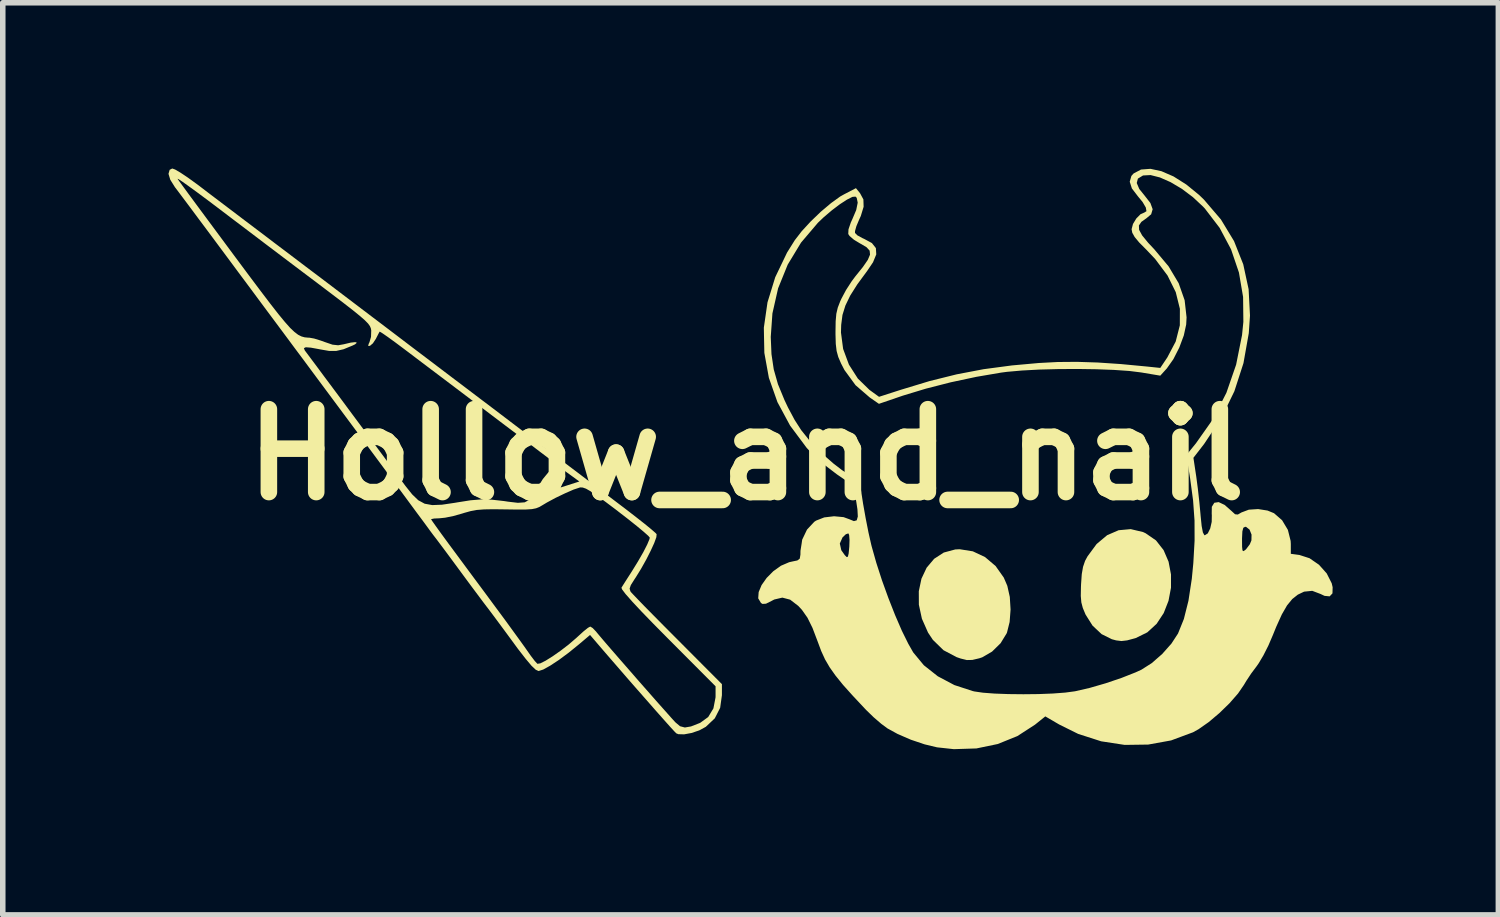
<source format=kicad_pcb>
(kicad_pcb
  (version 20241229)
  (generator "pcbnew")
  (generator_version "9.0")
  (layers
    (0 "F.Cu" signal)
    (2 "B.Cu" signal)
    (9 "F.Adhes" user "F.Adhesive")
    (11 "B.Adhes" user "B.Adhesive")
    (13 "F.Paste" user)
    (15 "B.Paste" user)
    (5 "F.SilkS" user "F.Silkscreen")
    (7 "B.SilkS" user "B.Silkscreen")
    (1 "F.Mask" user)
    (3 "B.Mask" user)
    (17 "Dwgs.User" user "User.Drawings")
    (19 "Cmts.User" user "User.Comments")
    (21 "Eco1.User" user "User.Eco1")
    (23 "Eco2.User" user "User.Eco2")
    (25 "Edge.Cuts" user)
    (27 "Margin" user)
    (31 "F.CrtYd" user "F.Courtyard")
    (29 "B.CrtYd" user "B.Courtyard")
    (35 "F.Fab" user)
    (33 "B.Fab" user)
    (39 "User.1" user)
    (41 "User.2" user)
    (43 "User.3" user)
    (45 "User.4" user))
  (footprint "Hollow_and_nail"
    (layer "F.Cu")
    (at 10.46 5.179)
    (property "Reference" "Hollow_and_nail" (at 0 0 0) (layer "F.SilkS") (effects (font (size 1.5 1.5) (thickness 0.3))))
    (attr board_only exclude_from_pos_files exclude_from_bom)
    (fp_poly (pts (xy 4.1 1.751) (xy 4.321 1.855) (xy 4.512 2.017) (xy 4.66 2.226) (xy 4.724 2.375) (xy 4.769 2.576) (xy 4.783 2.805) (xy 4.766 3.03) (xy 4.719 3.218) (xy 4.712 3.236) (xy 4.602 3.415) (xy 4.448 3.566) (xy 4.271 3.669) (xy 4.218 3.687) (xy 4.09 3.717) (xy 3.991 3.719) (xy 3.881 3.692) (xy 3.808 3.667) (xy 3.569 3.541) (xy 3.377 3.354) (xy 3.289 3.222) (xy 3.178 2.971) (xy 3.123 2.717) (xy 3.122 2.473) (xy 3.17 2.246) (xy 3.264 2.047) (xy 3.4 1.886) (xy 3.574 1.773) (xy 3.782 1.717) (xy 3.862 1.713)) (stroke (width 0) (type solid)) (fill yes) (layer "F.SilkS"))
    (fp_poly (pts (xy 7.181 1.402) (xy 7.228 1.424) (xy 7.415 1.553) (xy 7.553 1.729) (xy 7.643 1.938) (xy 7.687 2.169) (xy 7.687 2.41) (xy 7.642 2.647) (xy 7.555 2.869) (xy 7.427 3.063) (xy 7.258 3.218) (xy 7.051 3.32) (xy 7.035 3.325) (xy 6.893 3.363) (xy 6.79 3.375) (xy 6.693 3.363) (xy 6.616 3.342) (xy 6.431 3.25) (xy 6.267 3.096) (xy 6.142 2.898) (xy 6.139 2.892) (xy 6.091 2.777) (xy 6.064 2.675) (xy 6.054 2.559) (xy 6.057 2.4) (xy 6.059 2.347) (xy 6.072 2.163) (xy 6.095 2.031) (xy 6.132 1.923) (xy 6.176 1.842) (xy 6.341 1.618) (xy 6.531 1.459) (xy 6.739 1.369) (xy 6.958 1.349)) (stroke (width 0) (type solid)) (fill yes) (layer "F.SilkS"))
    (fp_poly (pts (xy -10.341 -5.161) (xy -10.242 -5.103) (xy -10.109 -5.014) (xy -9.954 -4.902) (xy -9.899 -4.861) (xy -9.754 -4.75) (xy -9.56 -4.603) (xy -9.33 -4.429) (xy -9.077 -4.237) (xy -8.812 -4.037) (xy -8.55 -3.838) (xy -8.518 -3.814) (xy -8.248 -3.61) (xy -7.967 -3.397) (xy -7.688 -3.187) (xy -7.427 -2.989) (xy -7.199 -2.816) (xy -7.017 -2.678) (xy -7.013 -2.675) (xy -6.645 -2.396) (xy -6.326 -2.154) (xy -6.046 -1.941) (xy -5.792 -1.749) (xy -5.552 -1.567) (xy -5.316 -1.388) (xy -5.071 -1.203) (xy -4.806 -1.002) (xy -4.726 -0.942) (xy -4.465 -0.744) (xy -4.182 -0.529) (xy -3.896 -0.313) (xy -3.626 -0.108) (xy -3.391 0.07) (xy -3.305 0.136) (xy -3.069 0.314) (xy -2.81 0.511) (xy -2.549 0.709) (xy -2.311 0.89) (xy -2.171 0.996) (xy -1.998 1.13) (xy -1.845 1.25) (xy -1.725 1.348) (xy -1.648 1.415) (xy -1.624 1.44) (xy -1.629 1.495) (xy -1.667 1.6) (xy -1.731 1.74) (xy -1.812 1.9) (xy -1.905 2.066) (xy -2 2.22) (xy -2.026 2.259) (xy -2.091 2.362) (xy -2.113 2.426) (xy -2.099 2.474) (xy -2.088 2.49) (xy -2.048 2.533) (xy -1.962 2.623) (xy -1.836 2.753) (xy -1.677 2.914) (xy -1.493 3.1) (xy -1.291 3.303) (xy -1.239 3.355) (xy -0.442 4.155) (xy -0.442 4.355) (xy -0.474 4.584) (xy -0.571 4.774) (xy -0.734 4.928) (xy -0.852 4.992) (xy -0.991 5.039) (xy -1.126 5.064) (xy -1.231 5.061) (xy -1.269 5.045) (xy -1.305 5.008) (xy -1.384 4.922) (xy -1.498 4.794) (xy -1.64 4.634) (xy -1.802 4.449) (xy -1.978 4.249) (xy -2.159 4.042) (xy -2.338 3.835) (xy -2.508 3.639) (xy -2.59 3.544) (xy -2.829 3.265) (xy -3.029 3.434) (xy -3.215 3.585) (xy -3.393 3.717) (xy -3.551 3.821) (xy -3.677 3.891) (xy -3.759 3.917) (xy -3.763 3.917) (xy -3.813 3.894) (xy -3.889 3.822) (xy -3.995 3.696) (xy -4.137 3.513) (xy -4.208 3.416) (xy -4.343 3.232) (xy -4.473 3.056) (xy -4.586 2.904) (xy -4.67 2.792) (xy -4.698 2.756) (xy -4.764 2.669) (xy -4.864 2.535) (xy -4.988 2.369) (xy -5.124 2.185) (xy -5.205 2.075) (xy -5.334 1.9) (xy -5.448 1.746) (xy -5.54 1.623) (xy -5.6 1.543) (xy -5.619 1.518) (xy -5.661 1.464) (xy -5.726 1.377) (xy -5.749 1.345) (xy -5.836 1.226) (xy -5.876 1.172) (xy -5.706 1.172) (xy -5.684 1.206) (xy -5.621 1.295) (xy -5.523 1.431) (xy -5.395 1.606) (xy -5.241 1.814) (xy -5.068 2.048) (xy -4.925 2.241) (xy -4.731 2.502) (xy -4.546 2.753) (xy -4.374 2.985) (xy -4.225 3.19) (xy -4.103 3.358) (xy -4.016 3.479) (xy -3.983 3.526) (xy -3.9 3.644) (xy -3.829 3.737) (xy -3.784 3.785) (xy -3.782 3.787) (xy -3.73 3.779) (xy -3.634 3.731) (xy -3.506 3.651) (xy -3.362 3.55) (xy -3.215 3.437) (xy -3.079 3.32) (xy -3.043 3.287) (xy -2.945 3.198) (xy -2.866 3.135) (xy -2.825 3.113) (xy -2.781 3.14) (xy -2.717 3.207) (xy -2.709 3.218) (xy -2.656 3.281) (xy -2.562 3.392) (xy -2.435 3.539) (xy -2.283 3.714) (xy -2.116 3.905) (xy -1.943 4.104) (xy -1.772 4.298) (xy -1.613 4.479) (xy -1.473 4.636) (xy -1.363 4.76) (xy -1.291 4.839) (xy -1.279 4.851) (xy -1.2 4.917) (xy -1.113 4.94) (xy -1.002 4.921) (xy -0.846 4.86) (xy -0.833 4.854) (xy -0.69 4.75) (xy -0.596 4.594) (xy -0.558 4.398) (xy -0.557 4.374) (xy -0.557 4.194) (xy -1.423 3.325) (xy -1.686 3.059) (xy -1.902 2.836) (xy -2.069 2.657) (xy -2.186 2.524) (xy -2.249 2.441) (xy -2.261 2.41) (xy -2.228 2.357) (xy -2.165 2.258) (xy -2.086 2.135) (xy -2.072 2.113) (xy -1.961 1.933) (xy -1.865 1.766) (xy -1.794 1.627) (xy -1.754 1.531) (xy -1.748 1.502) (xy -1.778 1.468) (xy -1.859 1.396) (xy -1.983 1.293) (xy -2.14 1.168) (xy -2.321 1.028) (xy -2.333 1.018) (xy -2.543 0.86) (xy -2.701 0.744) (xy -2.818 0.665) (xy -2.902 0.617) (xy -2.962 0.596) (xy -3.007 0.594) (xy -3.015 0.596) (xy -3.129 0.634) (xy -3.282 0.701) (xy -3.451 0.782) (xy -3.609 0.867) (xy -3.681 0.91) (xy -3.744 0.947) (xy -3.806 0.972) (xy -3.881 0.987) (xy -3.987 0.994) (xy -4.138 0.995) (xy -4.349 0.992) (xy -4.354 0.992) (xy -4.579 0.989) (xy -4.747 0.992) (xy -4.878 1.002) (xy -4.991 1.023) (xy -5.106 1.055) (xy -5.144 1.067) (xy -5.3 1.111) (xy -5.451 1.142) (xy -5.557 1.153) (xy -5.651 1.157) (xy -5.703 1.168) (xy -5.706 1.172) (xy -5.876 1.172) (xy -5.964 1.054) (xy -6.126 0.834) (xy -6.318 0.574) (xy -6.535 0.281) (xy -6.77 -0.036) (xy -7.019 -0.372) (xy -7.277 -0.719) (xy -7.537 -1.069) (xy -7.794 -1.415) (xy -8.043 -1.751) (xy -8.185 -1.941) (xy -8.282 -2.072) (xy -8.418 -2.255) (xy -8.584 -2.478) (xy -8.773 -2.732) (xy -8.976 -3.006) (xy -9.186 -3.288) (xy -9.355 -3.516) (xy -9.555 -3.785) (xy -9.745 -4.041) (xy -9.92 -4.275) (xy -10.073 -4.481) (xy -10.199 -4.649) (xy -10.291 -4.772) (xy -10.343 -4.84) (xy -10.427 -4.974) (xy -10.433 -4.993) (xy -10.297 -4.993) (xy -10.268 -4.952) (xy -10.197 -4.855) (xy -10.091 -4.71) (xy -9.953 -4.523) (xy -9.788 -4.3) (xy -9.602 -4.049) (xy -9.399 -3.775) (xy -9.25 -3.574) (xy -8.999 -3.237) (xy -8.788 -2.956) (xy -8.614 -2.727) (xy -8.471 -2.544) (xy -8.354 -2.402) (xy -8.259 -2.295) (xy -8.18 -2.22) (xy -8.113 -2.169) (xy -8.053 -2.139) (xy -7.996 -2.123) (xy -7.936 -2.117) (xy -7.908 -2.116) (xy -7.824 -2.101) (xy -7.704 -2.064) (xy -7.626 -2.036) (xy -7.491 -1.99) (xy -7.389 -1.979) (xy -7.288 -1.997) (xy -7.161 -2.027) (xy -7.079 -2.036) (xy -7.05 -2.025) (xy -7.083 -1.996) (xy -7.128 -1.974) (xy -7.291 -1.907) (xy -7.422 -1.877) (xy -7.555 -1.877) (xy -7.723 -1.906) (xy -7.725 -1.907) (xy -7.883 -1.936) (xy -7.975 -1.943) (xy -8.009 -1.927) (xy -7.993 -1.886) (xy -7.984 -1.874) (xy -7.954 -1.834) (xy -7.884 -1.74) (xy -7.779 -1.6) (xy -7.646 -1.42) (xy -7.489 -1.21) (xy -7.315 -0.976) (xy -7.13 -0.726) (xy -6.938 -0.468) (xy -6.746 -0.209) (xy -6.559 0.043) (xy -6.384 0.28) (xy -6.225 0.494) (xy -6.171 0.567) (xy -6.049 0.72) (xy -5.939 0.826) (xy -5.823 0.889) (xy -5.685 0.914) (xy -5.509 0.907) (xy -5.279 0.873) (xy -5.226 0.864) (xy -4.992 0.827) (xy -4.797 0.811) (xy -4.607 0.816) (xy -4.386 0.841) (xy -4.314 0.852) (xy -4.136 0.873) (xy -4.012 0.864) (xy -3.921 0.815) (xy -3.842 0.715) (xy -3.801 0.641) (xy -3.592 0.641) (xy -3.567 0.653) (xy -3.52 0.642) (xy -3.421 0.613) (xy -3.29 0.573) (xy -3.282 0.57) (xy -3.023 0.487) (xy -3.18 0.372) (xy -3.338 0.258) (xy -3.465 0.398) (xy -3.544 0.499) (xy -3.589 0.585) (xy -3.592 0.641) (xy -3.801 0.641) (xy -3.764 0.572) (xy -3.684 0.443) (xy -3.588 0.326) (xy -3.551 0.291) (xy -3.483 0.221) (xy -3.458 0.168) (xy -3.462 0.157) (xy -3.5 0.128) (xy -3.592 0.057) (xy -3.731 -0.048) (xy -3.911 -0.185) (xy -4.123 -0.346) (xy -4.362 -0.526) (xy -4.62 -0.721) (xy -4.63 -0.729) (xy -4.911 -0.941) (xy -5.191 -1.153) (xy -5.461 -1.357) (xy -5.709 -1.544) (xy -5.926 -1.708) (xy -6.1 -1.84) (xy -6.197 -1.913) (xy -6.352 -2.029) (xy -6.484 -2.125) (xy -6.582 -2.193) (xy -6.633 -2.224) (xy -6.639 -2.225) (xy -6.661 -2.184) (xy -6.702 -2.104) (xy -6.705 -2.097) (xy -6.76 -2.014) (xy -6.813 -1.969) (xy -6.815 -1.968) (xy -6.847 -1.968) (xy -6.833 -2.013) (xy -6.822 -2.034) (xy -6.794 -2.131) (xy -6.79 -2.247) (xy -6.797 -2.286) (xy -6.814 -2.326) (xy -6.848 -2.373) (xy -6.906 -2.432) (xy -6.993 -2.508) (xy -7.117 -2.609) (xy -7.283 -2.738) (xy -7.498 -2.902) (xy -7.762 -3.102) (xy -8.053 -3.321) (xy -8.371 -3.561) (xy -8.699 -3.809) (xy -9.018 -4.051) (xy -9.31 -4.272) (xy -9.527 -4.437) (xy -9.739 -4.597) (xy -9.927 -4.737) (xy -10.085 -4.852) (xy -10.204 -4.937) (xy -10.277 -4.986) (xy -10.297 -4.993) (xy -10.433 -4.993) (xy -10.46 -5.082) (xy -10.439 -5.155) (xy -10.392 -5.179)) (stroke (width 0) (type solid)) (fill yes) (layer "F.SilkS"))
    (fp_poly (pts (xy 7.514 -5.13) (xy 7.733 -5.035) (xy 7.963 -4.89) (xy 8.196 -4.7) (xy 8.284 -4.615) (xy 8.591 -4.256) (xy 8.828 -3.865) (xy 8.995 -3.444) (xy 9.092 -2.994) (xy 9.117 -2.516) (xy 9.095 -2.197) (xy 8.999 -1.656) (xy 8.834 -1.146) (xy 8.597 -0.659) (xy 8.287 -0.193) (xy 8.257 -0.154) (xy 8.093 0.058) (xy 8.145 0.403) (xy 8.173 0.616) (xy 8.2 0.857) (xy 8.221 1.08) (xy 8.223 1.105) (xy 8.242 1.292) (xy 8.264 1.408) (xy 8.29 1.457) (xy 8.3 1.46) (xy 8.353 1.426) (xy 8.397 1.337) (xy 8.424 1.218) (xy 8.426 1.091) (xy 8.424 1.077) (xy 8.426 0.945) (xy 8.471 0.872) (xy 8.55 0.86) (xy 8.658 0.911) (xy 8.784 1.022) (xy 8.847 1.08) (xy 8.897 1.085) (xy 8.963 1.047) (xy 9.096 0.997) (xy 9.264 0.986) (xy 9.435 1.013) (xy 9.552 1.061) (xy 9.698 1.188) (xy 9.803 1.363) (xy 9.853 1.563) (xy 9.856 1.618) (xy 9.856 1.796) (xy 10.012 1.817) (xy 10.195 1.876) (xy 10.366 1.994) (xy 10.506 2.151) (xy 10.596 2.329) (xy 10.613 2.401) (xy 10.61 2.512) (xy 10.559 2.566) (xy 10.466 2.557) (xy 10.394 2.523) (xy 10.244 2.466) (xy 10.096 2.481) (xy 9.983 2.535) (xy 9.882 2.615) (xy 9.787 2.731) (xy 9.693 2.894) (xy 9.593 3.115) (xy 9.529 3.272) (xy 9.45 3.456) (xy 9.36 3.634) (xy 9.273 3.78) (xy 9.238 3.83) (xy 9.14 3.961) (xy 9.05 4.097) (xy 9.007 4.169) (xy 8.9 4.325) (xy 8.746 4.501) (xy 8.563 4.679) (xy 8.37 4.842) (xy 8.186 4.971) (xy 8.085 5.027) (xy 7.689 5.174) (xy 7.274 5.249) (xy 6.849 5.255) (xy 6.423 5.19) (xy 6.007 5.056) (xy 5.664 4.886) (xy 5.412 4.739) (xy 5.225 4.889) (xy 4.907 5.095) (xy 4.551 5.239) (xy 4.165 5.319) (xy 3.756 5.332) (xy 3.452 5.299) (xy 3.227 5.245) (xy 2.978 5.161) (xy 2.738 5.057) (xy 2.554 4.956) (xy 2.442 4.873) (xy 2.305 4.755) (xy 2.171 4.625) (xy 2.149 4.602) (xy 1.926 4.364) (xy 1.75 4.168) (xy 1.614 4) (xy 1.508 3.85) (xy 1.424 3.706) (xy 1.355 3.555) (xy 1.292 3.386) (xy 1.289 3.378) (xy 1.197 3.136) (xy 1.106 2.952) (xy 1.006 2.81) (xy 0.939 2.738) (xy 0.793 2.626) (xy 0.652 2.589) (xy 0.506 2.623) (xy 0.456 2.649) (xy 0.356 2.699) (xy 0.293 2.703) (xy 0.265 2.686) (xy 0.215 2.602) (xy 0.223 2.489) (xy 0.276 2.362) (xy 0.368 2.232) (xy 0.488 2.111) (xy 0.626 2.012) (xy 0.775 1.948) (xy 0.833 1.935) (xy 0.924 1.916) (xy 0.967 1.883) (xy 0.979 1.811) (xy 0.98 1.742) (xy 1.001 1.61) (xy 1.692 1.61) (xy 1.719 1.731) (xy 1.782 1.82) (xy 1.817 1.855) (xy 1.838 1.848) (xy 1.852 1.79) (xy 1.864 1.666) (xy 1.868 1.544) (xy 1.861 1.456) (xy 1.847 1.426) (xy 1.801 1.442) (xy 1.741 1.499) (xy 1.692 1.61) (xy 1.001 1.61) (xy 1.011 1.54) (xy 1.098 1.358) (xy 1.228 1.218) (xy 1.262 1.195) (xy 1.41 1.137) (xy 1.588 1.116) (xy 1.76 1.132) (xy 1.864 1.17) (xy 1.947 1.204) (xy 1.998 1.19) (xy 2.018 1.121) (xy 2.011 0.99) (xy 1.991 0.859) (xy 1.966 0.719) (xy 1.946 0.613) (xy 1.933 0.56) (xy 1.931 0.557) (xy 1.64 0.358) (xy 1.408 0.181) (xy 1.223 0.017) (xy 1.093 -0.121) (xy 0.792 -0.525) (xy 0.563 -0.95) (xy 0.408 -1.39) (xy 0.326 -1.841) (xy 0.32 -2.13) (xy 0.442 -2.13) (xy 0.455 -1.819) (xy 0.496 -1.543) (xy 0.572 -1.275) (xy 0.69 -0.988) (xy 0.754 -0.853) (xy 0.874 -0.628) (xy 0.993 -0.443) (xy 1.134 -0.267) (xy 1.249 -0.142) (xy 1.406 0.012) (xy 1.575 0.16) (xy 1.732 0.281) (xy 1.801 0.326) (xy 1.93 0.407) (xy 2.008 0.468) (xy 2.049 0.527) (xy 2.07 0.603) (xy 2.077 0.653) (xy 2.113 0.887) (xy 2.16 1.151) (xy 2.211 1.41) (xy 2.261 1.631) (xy 2.27 1.666) (xy 2.353 1.96) (xy 2.455 2.275) (xy 2.571 2.596) (xy 2.693 2.906) (xy 2.815 3.188) (xy 2.932 3.425) (xy 3.021 3.581) (xy 3.213 3.813) (xy 3.466 4.013) (xy 3.766 4.172) (xy 4.1 4.281) (xy 4.131 4.288) (xy 4.283 4.31) (xy 4.493 4.326) (xy 4.743 4.335) (xy 5.015 4.338) (xy 5.289 4.335) (xy 5.548 4.325) (xy 5.773 4.308) (xy 5.945 4.285) (xy 5.951 4.284) (xy 6.213 4.224) (xy 6.503 4.14) (xy 6.79 4.043) (xy 7.046 3.942) (xy 7.151 3.894) (xy 7.338 3.775) (xy 7.527 3.61) (xy 7.695 3.421) (xy 7.814 3.239) (xy 7.92 2.976) (xy 8.003 2.646) (xy 8.064 2.246) (xy 8.091 1.966) (xy 8.114 1.561) (xy 8.114 1.543) (xy 8.973 1.543) (xy 8.974 1.671) (xy 8.981 1.735) (xy 9 1.748) (xy 9.036 1.722) (xy 9.046 1.713) (xy 9.114 1.623) (xy 9.143 1.553) (xy 9.145 1.448) (xy 9.109 1.358) (xy 9.047 1.309) (xy 9.029 1.307) (xy 8.996 1.325) (xy 8.979 1.39) (xy 8.973 1.516) (xy 8.973 1.543) (xy 8.114 1.543) (xy 8.113 1.194) (xy 8.087 0.831) (xy 8.034 0.436) (xy 8.025 0.379) (xy 7.965 0.009) (xy 8.139 -0.205) (xy 8.447 -0.642) (xy 8.69 -1.119) (xy 8.866 -1.628) (xy 8.973 -2.163) (xy 8.997 -2.402) (xy 8.992 -2.854) (xy 8.917 -3.295) (xy 8.774 -3.716) (xy 8.567 -4.105) (xy 8.3 -4.454) (xy 8.266 -4.49) (xy 8.083 -4.661) (xy 7.883 -4.811) (xy 7.679 -4.932) (xy 7.486 -5.017) (xy 7.317 -5.06) (xy 7.185 -5.053) (xy 7.178 -5.051) (xy 7.088 -4.996) (xy 7.067 -4.916) (xy 7.113 -4.808) (xy 7.205 -4.694) (xy 7.314 -4.554) (xy 7.355 -4.442) (xy 7.328 -4.35) (xy 7.242 -4.278) (xy 7.151 -4.213) (xy 7.106 -4.147) (xy 7.11 -4.068) (xy 7.165 -3.967) (xy 7.274 -3.834) (xy 7.384 -3.717) (xy 7.643 -3.408) (xy 7.826 -3.102) (xy 7.934 -2.794) (xy 7.969 -2.484) (xy 7.962 -2.354) (xy 7.919 -2.157) (xy 7.837 -1.937) (xy 7.73 -1.727) (xy 7.612 -1.56) (xy 7.603 -1.55) (xy 7.493 -1.429) (xy 7.147 -1.487) (xy 6.931 -1.514) (xy 6.654 -1.533) (xy 6.336 -1.545) (xy 5.993 -1.55) (xy 5.643 -1.548) (xy 5.302 -1.539) (xy 4.988 -1.522) (xy 4.717 -1.498) (xy 4.611 -1.484) (xy 4.166 -1.408) (xy 3.701 -1.309) (xy 3.248 -1.193) (xy 2.836 -1.068) (xy 2.795 -1.054) (xy 2.4 -0.919) (xy 2.234 -1.034) (xy 1.977 -1.256) (xy 1.776 -1.531) (xy 1.714 -1.651) (xy 1.664 -1.767) (xy 1.634 -1.877) (xy 1.619 -2.004) (xy 1.614 -2.177) (xy 1.614 -2.229) (xy 1.617 -2.414) (xy 1.629 -2.549) (xy 1.655 -2.66) (xy 1.699 -2.774) (xy 1.721 -2.822) (xy 1.804 -2.978) (xy 1.906 -3.136) (xy 1.97 -3.222) (xy 2.11 -3.396) (xy 2.199 -3.525) (xy 2.239 -3.62) (xy 2.232 -3.692) (xy 2.178 -3.752) (xy 2.08 -3.811) (xy 2.059 -3.822) (xy 1.948 -3.889) (xy 1.869 -3.957) (xy 1.845 -3.993) (xy 1.849 -4.077) (xy 1.891 -4.201) (xy 1.919 -4.262) (xy 1.989 -4.427) (xy 2.016 -4.56) (xy 1.998 -4.648) (xy 1.976 -4.67) (xy 1.92 -4.665) (xy 1.821 -4.615) (xy 1.692 -4.531) (xy 1.548 -4.422) (xy 1.4 -4.296) (xy 1.296 -4.197) (xy 0.99 -3.837) (xy 0.749 -3.439) (xy 0.575 -3.01) (xy 0.472 -2.555) (xy 0.442 -2.13) (xy 0.32 -2.13) (xy 0.317 -2.298) (xy 0.383 -2.756) (xy 0.523 -3.211) (xy 0.737 -3.657) (xy 0.877 -3.881) (xy 1.002 -4.043) (xy 1.165 -4.22) (xy 1.348 -4.396) (xy 1.533 -4.552) (xy 1.699 -4.672) (xy 1.765 -4.709) (xy 1.984 -4.823) (xy 2.058 -4.732) (xy 2.119 -4.619) (xy 2.123 -4.486) (xy 2.072 -4.319) (xy 2.04 -4.249) (xy 1.992 -4.135) (xy 1.967 -4.045) (xy 1.967 -4.012) (xy 2.011 -3.968) (xy 2.101 -3.919) (xy 2.134 -3.904) (xy 2.273 -3.829) (xy 2.345 -3.738) (xy 2.352 -3.624) (xy 2.293 -3.481) (xy 2.187 -3.324) (xy 2.009 -3.082) (xy 1.88 -2.878) (xy 1.793 -2.698) (xy 1.74 -2.527) (xy 1.717 -2.348) (xy 1.713 -2.21) (xy 1.752 -1.913) (xy 1.857 -1.629) (xy 2.018 -1.377) (xy 2.227 -1.173) (xy 2.246 -1.159) (xy 2.402 -1.046) (xy 2.796 -1.173) (xy 3.317 -1.331) (xy 3.808 -1.453) (xy 4.295 -1.546) (xy 4.807 -1.614) (xy 5.294 -1.658) (xy 5.635 -1.676) (xy 5.985 -1.679) (xy 6.36 -1.667) (xy 6.778 -1.639) (xy 7.253 -1.594) (xy 7.282 -1.591) (xy 7.493 -1.569) (xy 7.62 -1.758) (xy 7.772 -2.046) (xy 7.847 -2.34) (xy 7.848 -2.639) (xy 7.773 -2.941) (xy 7.624 -3.242) (xy 7.401 -3.54) (xy 7.246 -3.704) (xy 7.112 -3.839) (xy 7.029 -3.939) (xy 6.986 -4.016) (xy 6.974 -4.08) (xy 6.999 -4.175) (xy 7.059 -4.274) (xy 7.135 -4.351) (xy 7.203 -4.381) (xy 7.243 -4.406) (xy 7.231 -4.473) (xy 7.173 -4.572) (xy 7.09 -4.673) (xy 6.979 -4.818) (xy 6.94 -4.94) (xy 6.97 -5.044) (xy 7.01 -5.089) (xy 7.144 -5.16) (xy 7.315 -5.173)) (stroke (width 0) (type solid)) (fill yes) (layer "F.SilkS")))
  (gr_rect
    (start -3 -3)
    (end 24.073 13.511)
    (stroke (width 0.1) (type default))
    (fill no)
    (layer "Edge.Cuts")))
</source>
